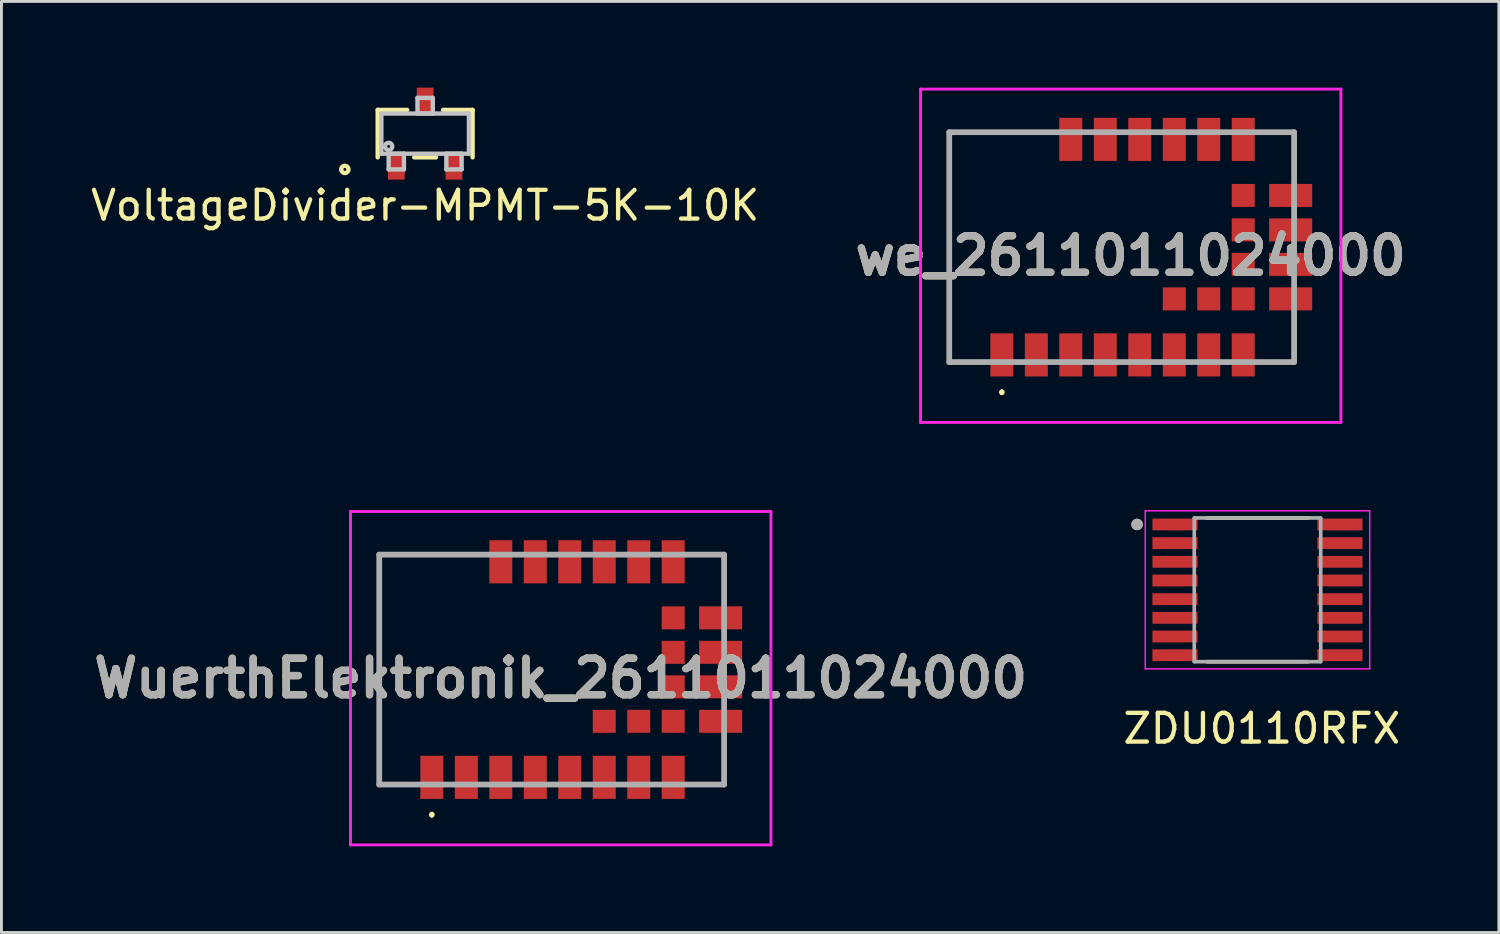
<source format=kicad_pcb>
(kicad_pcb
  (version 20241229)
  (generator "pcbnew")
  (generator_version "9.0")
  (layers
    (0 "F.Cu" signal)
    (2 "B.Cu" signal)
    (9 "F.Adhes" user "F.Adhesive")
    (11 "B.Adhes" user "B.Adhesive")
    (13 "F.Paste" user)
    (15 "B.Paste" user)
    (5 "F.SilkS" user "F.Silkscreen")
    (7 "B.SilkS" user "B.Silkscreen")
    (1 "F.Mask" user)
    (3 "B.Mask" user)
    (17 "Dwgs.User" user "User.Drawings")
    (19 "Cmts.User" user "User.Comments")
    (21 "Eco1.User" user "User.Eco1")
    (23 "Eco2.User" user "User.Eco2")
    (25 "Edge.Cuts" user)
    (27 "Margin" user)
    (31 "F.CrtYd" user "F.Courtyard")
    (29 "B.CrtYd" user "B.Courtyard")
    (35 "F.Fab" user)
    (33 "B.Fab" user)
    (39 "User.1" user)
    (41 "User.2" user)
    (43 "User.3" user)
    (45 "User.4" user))
  (footprint "ZDU0110RFX"
    (layer "F.Cu")
    (at 40.358 17.4)
    (property "Reference" "ZDU0110RFX" (at 0.5 4.9 0) (layer "F.SilkS") (effects (font (size 1 1) (thickness 0.15))))
    (attr through_hole)
    (fp_line (start -1.415 -2.425) (end 2.115 -2.425) (stroke (width 0.127) (type solid)) (layer "F.SilkS"))
    (fp_line (start 2.115 2.575) (end -1.415 2.575) (stroke (width 0.127) (type solid)) (layer "F.SilkS"))
    (fp_circle (center -3.84 -2.2) (end -3.74 -2.2) (stroke (width 0.2) (type solid)) (fill no) (layer "F.SilkS"))
    (fp_line (start -3.555 -2.675) (end -3.555 2.825) (stroke (width 0.05) (type solid)) (layer "F.CrtYd"))
    (fp_line (start -3.555 -2.675) (end 4.255 -2.675) (stroke (width 0.05) (type solid)) (layer "F.CrtYd"))
    (fp_line (start -3.555 2.825) (end 4.255 2.825) (stroke (width 0.05) (type solid)) (layer "F.CrtYd"))
    (fp_line (start 4.255 -2.675) (end 4.255 2.825) (stroke (width 0.05) (type solid)) (layer "F.CrtYd"))
    (fp_line (start -1.85 -2.425) (end -1.85 2.575) (stroke (width 0.127) (type solid)) (layer "F.Fab"))
    (fp_line (start -1.85 -2.425) (end 2.55 -2.425) (stroke (width 0.127) (type solid)) (layer "F.Fab"))
    (fp_line (start -1.85 2.575) (end 2.55 2.575) (stroke (width 0.127) (type solid)) (layer "F.Fab"))
    (fp_line (start 2.55 -2.425) (end 2.55 2.575) (stroke (width 0.127) (type solid)) (layer "F.Fab"))
    (fp_circle (center -3.84 -2.2) (end -3.74 -2.2) (stroke (width 0.2) (type solid)) (fill no) (layer "F.Fab"))
    (pad "1" smd rect (at -2.52 -2.2) (size 1.57 0.41) (layers "F.Cu" "F.Mask" "F.Paste"))
    (pad "2" smd rect (at -2.52 -1.55) (size 1.57 0.41) (layers "F.Cu" "F.Mask" "F.Paste"))
    (pad "3" smd rect (at -2.52 -0.9) (size 1.57 0.41) (layers "F.Cu" "F.Mask" "F.Paste"))
    (pad "4" smd rect (at -2.52 -0.25) (size 1.57 0.41) (layers "F.Cu" "F.Mask" "F.Paste"))
    (pad "5" smd rect (at -2.52 0.4) (size 1.57 0.41) (layers "F.Cu" "F.Mask" "F.Paste"))
    (pad "6" smd rect (at -2.52 1.05) (size 1.57 0.41) (layers "F.Cu" "F.Mask" "F.Paste"))
    (pad "7" smd rect (at -2.52 1.7) (size 1.57 0.41) (layers "F.Cu" "F.Mask" "F.Paste"))
    (pad "8" smd rect (at -2.52 2.35) (size 1.57 0.41) (layers "F.Cu" "F.Mask" "F.Paste"))
    (pad "9" smd rect (at 3.22 2.35) (size 1.57 0.41) (layers "F.Cu" "F.Mask" "F.Paste"))
    (pad "10" smd rect (at 3.22 1.7) (size 1.57 0.41) (layers "F.Cu" "F.Mask" "F.Paste"))
    (pad "11" smd rect (at 3.22 1.05) (size 1.57 0.41) (layers "F.Cu" "F.Mask" "F.Paste"))
    (pad "12" smd rect (at 3.22 0.4) (size 1.57 0.41) (layers "F.Cu" "F.Mask" "F.Paste"))
    (pad "13" smd rect (at 3.22 -0.25) (size 1.57 0.41) (layers "F.Cu" "F.Mask" "F.Paste"))
    (pad "14" smd rect (at 3.22 -0.9) (size 1.57 0.41) (layers "F.Cu" "F.Mask" "F.Paste"))
    (pad "15" smd rect (at 3.22 -1.55) (size 1.57 0.41) (layers "F.Cu" "F.Mask" "F.Paste"))
    (pad "16" smd rect (at 3.22 -2.2) (size 1.57 0.41) (layers "F.Cu" "F.Mask" "F.Paste")))
  (footprint "we_2611011024000"
    (layer "F.Cu")
    (at 35.982 5.55)
    (property "Reference" "we_2611011024000" (at 0.315 0.3 0) (layer "F.SilkS") (effects (font (size 1.27 1.27) (thickness 0.254))))
    (attr smd)
    (fp_line (start -6 -4) (end -6 4) (stroke (width 0.1) (type solid)) (layer "F.SilkS"))
    (fp_line (start -6 4) (end -5 4) (stroke (width 0.1) (type solid)) (layer "F.SilkS"))
    (fp_line (start -4.17 5) (end -4.17 5) (stroke (width 0.1) (type solid)) (layer "F.SilkS"))
    (fp_line (start -4.17 5.1) (end -4.17 5.1) (stroke (width 0.1) (type solid)) (layer "F.SilkS"))
    (fp_line (start -2.5 -4) (end -6 -4) (stroke (width 0.1) (type solid)) (layer "F.SilkS"))
    (fp_line (start 5 -4) (end 6 -4) (stroke (width 0.1) (type solid)) (layer "F.SilkS"))
    (fp_line (start 6 -4) (end 6 -3) (stroke (width 0.1) (type solid)) (layer "F.SilkS"))
    (fp_line (start 6 3) (end 6 4) (stroke (width 0.1) (type solid)) (layer "F.SilkS"))
    (fp_line (start 6 4) (end 5 4) (stroke (width 0.1) (type solid)) (layer "F.SilkS"))
    (fp_arc (start -4.17 5) (mid -4.12 5.05) (end -4.17 5.1) (stroke (width 0.1) (type solid)) (layer "F.SilkS"))
    (fp_arc (start -4.17 5.1) (mid -4.22 5.05) (end -4.17 5) (stroke (width 0.1) (type solid)) (layer "F.SilkS"))
    (fp_line (start -7 -5.5) (end 7.63 -5.5) (stroke (width 0.1) (type solid)) (layer "F.CrtYd"))
    (fp_line (start -7 6.1) (end -7 -5.5) (stroke (width 0.1) (type solid)) (layer "F.CrtYd"))
    (fp_line (start 7.63 -5.5) (end 7.63 6.1) (stroke (width 0.1) (type solid)) (layer "F.CrtYd"))
    (fp_line (start 7.63 6.1) (end -7 6.1) (stroke (width 0.1) (type solid)) (layer "F.CrtYd"))
    (fp_line (start -6 -4) (end 6 -4) (stroke (width 0.2) (type solid)) (layer "F.Fab"))
    (fp_line (start -6 4) (end -6 -4) (stroke (width 0.2) (type solid)) (layer "F.Fab"))
    (fp_line (start 6 -4) (end 6 4) (stroke (width 0.2) (type solid)) (layer "F.Fab"))
    (fp_line (start 6 4) (end -6 4) (stroke (width 0.2) (type solid)) (layer "F.Fab"))
    (fp_text user "${REFERENCE}" (at 0.315 0.3 0) (layer "F.Fab") (effects (font (size 1.27 1.27) (thickness 0.254))))
    (pad "1" smd rect (at -4.17 3.75) (size 0.8 1.5) (layers "F.Cu" "F.Mask" "F.Paste"))
    (pad "2" smd rect (at -2.97 3.75) (size 0.8 1.5) (layers "F.Cu" "F.Mask" "F.Paste"))
    (pad "3" smd rect (at -1.77 3.75) (size 0.8 1.5) (layers "F.Cu" "F.Mask" "F.Paste"))
    (pad "4" smd rect (at -0.57 3.75) (size 0.8 1.5) (layers "F.Cu" "F.Mask" "F.Paste"))
    (pad "5" smd rect (at 0.63 3.75) (size 0.8 1.5) (layers "F.Cu" "F.Mask" "F.Paste"))
    (pad "6" smd rect (at 1.83 3.75) (size 0.8 1.5) (layers "F.Cu" "F.Mask" "F.Paste"))
    (pad "7" smd rect (at 3.03 3.75) (size 0.8 1.5) (layers "F.Cu" "F.Mask" "F.Paste"))
    (pad "8" smd rect (at 4.23 3.75) (size 0.8 1.5) (layers "F.Cu" "F.Mask" "F.Paste"))
    (pad "9" smd rect (at 5.88 1.8 90) (size 0.8 1.5) (layers "F.Cu" "F.Mask" "F.Paste"))
    (pad "10" smd rect (at 5.88 0.6 90) (size 0.8 1.5) (layers "F.Cu" "F.Mask" "F.Paste"))
    (pad "11" smd rect (at 5.88 -0.6 90) (size 0.8 1.5) (layers "F.Cu" "F.Mask" "F.Paste"))
    (pad "12" smd rect (at 5.88 -1.8 90) (size 0.8 1.5) (layers "F.Cu" "F.Mask" "F.Paste"))
    (pad "13" smd rect (at 4.23 -3.75) (size 0.8 1.5) (layers "F.Cu" "F.Mask" "F.Paste"))
    (pad "14" smd rect (at 3.03 -3.75) (size 0.8 1.5) (layers "F.Cu" "F.Mask" "F.Paste"))
    (pad "15" smd rect (at 1.83 -3.75) (size 0.8 1.5) (layers "F.Cu" "F.Mask" "F.Paste"))
    (pad "16" smd rect (at 0.63 -3.75) (size 0.8 1.5) (layers "F.Cu" "F.Mask" "F.Paste"))
    (pad "17" smd rect (at -0.57 -3.75) (size 0.8 1.5) (layers "F.Cu" "F.Mask" "F.Paste"))
    (pad "18" smd rect (at -1.77 -3.75) (size 0.8 1.5) (layers "F.Cu" "F.Mask" "F.Paste"))
    (pad "B1" smd rect (at 1.83 1.8 90) (size 0.8 0.8) (layers "F.Cu" "F.Mask" "F.Paste"))
    (pad "B2" smd rect (at 3.03 1.8 90) (size 0.8 0.8) (layers "F.Cu" "F.Mask" "F.Paste"))
    (pad "B3" smd rect (at 4.23 1.8 90) (size 0.8 0.8) (layers "F.Cu" "F.Mask" "F.Paste"))
    (pad "B4" smd rect (at 4.23 0.6 90) (size 0.8 0.8) (layers "F.Cu" "F.Mask" "F.Paste"))
    (pad "B5" smd rect (at 4.23 -0.6 90) (size 0.8 0.8) (layers "F.Cu" "F.Mask" "F.Paste"))
    (pad "B6" smd rect (at 4.23 -1.8) (size 0.8 0.8) (layers "F.Cu" "F.Mask" "F.Paste")))
  (footprint "VoltageDivider-MPMT-5K-10K"
    (layer "F.Cu")
    (at 11.744 1.6)
    (property "Reference" "VoltageDivider-MPMT-5K-10K" (at 0 2.5 0) (layer "F.SilkS") (effects (font (size 1 1) (thickness 0.15))))
    (attr through_hole)
    (fp_line (start -1.651 -0.826) (end -1.651 0.826) (stroke (width 0.152) (type solid)) (layer "F.SilkS"))
    (fp_line (start -0.625 -0.826) (end -1.651 -0.826) (stroke (width 0.152) (type solid)) (layer "F.SilkS"))
    (fp_line (start -0.378 0.826) (end 0.378 0.826) (stroke (width 0.152) (type solid)) (layer "F.SilkS"))
    (fp_line (start 1.651 -0.826) (end 0.625 -0.826) (stroke (width 0.152) (type solid)) (layer "F.SilkS"))
    (fp_line (start 1.651 0.826) (end 1.651 -0.826) (stroke (width 0.152) (type solid)) (layer "F.SilkS"))
    (fp_circle (center -2.794 1.245) (end -2.667 1.245) (stroke (width 0.152) (type solid)) (fill no) (layer "F.SilkS"))
    (fp_line (start -1.524 -0.699) (end -1.524 0.699) (stroke (width 0.152) (type solid)) (layer "Dwgs.User"))
    (fp_line (start -1.524 0.699) (end 1.524 0.699) (stroke (width 0.152) (type solid)) (layer "Dwgs.User"))
    (fp_line (start -1.27 0.699) (end -1.27 1.245) (stroke (width 0.152) (type solid)) (layer "Dwgs.User"))
    (fp_line (start -1.27 1.245) (end -0.737 1.245) (stroke (width 0.152) (type solid)) (layer "Dwgs.User"))
    (fp_line (start -0.737 0.699) (end -1.27 0.699) (stroke (width 0.152) (type solid)) (layer "Dwgs.User"))
    (fp_line (start -0.737 1.245) (end -0.737 0.699) (stroke (width 0.152) (type solid)) (layer "Dwgs.User"))
    (fp_line (start -0.267 -1.245) (end -0.267 -0.699) (stroke (width 0.152) (type solid)) (layer "Dwgs.User"))
    (fp_line (start -0.267 -0.699) (end 0.267 -0.699) (stroke (width 0.152) (type solid)) (layer "Dwgs.User"))
    (fp_line (start 0.267 -1.245) (end -0.267 -1.245) (stroke (width 0.152) (type solid)) (layer "Dwgs.User"))
    (fp_line (start 0.267 -0.699) (end 0.267 -1.245) (stroke (width 0.152) (type solid)) (layer "Dwgs.User"))
    (fp_line (start 0.737 0.699) (end 0.737 1.245) (stroke (width 0.152) (type solid)) (layer "Dwgs.User"))
    (fp_line (start 0.737 1.245) (end 1.27 1.245) (stroke (width 0.152) (type solid)) (layer "Dwgs.User"))
    (fp_line (start 1.27 0.699) (end 0.737 0.699) (stroke (width 0.152) (type solid)) (layer "Dwgs.User"))
    (fp_line (start 1.27 1.245) (end 1.27 0.699) (stroke (width 0.152) (type solid)) (layer "Dwgs.User"))
    (fp_line (start 1.524 -0.699) (end -1.524 -0.699) (stroke (width 0.152) (type solid)) (layer "Dwgs.User"))
    (fp_line (start 1.524 0.699) (end 1.524 -0.699) (stroke (width 0.152) (type solid)) (layer "Dwgs.User"))
    (fp_circle (center -1.27 0.445) (end -1.143 0.445) (stroke (width 0.152) (type solid)) (fill no) (layer "Dwgs.User"))
    (pad "1" smd rect (at -1.003 1.118) (size 0.584 0.965) (layers "F.Cu"))
    (pad "2" smd rect (at 1.003 1.118) (size 0.584 0.965) (layers "F.Cu"))
    (pad "3" smd rect (at 0 -1.118) (size 0.584 0.965) (layers "F.Cu")))
  (footprint "WuerthElektronik_2611011024000"
    (layer "F.Cu")
    (at 16.147 20.25)
    (property "Reference" "WuerthElektronik_2611011024000" (at 0.315 0.3 0) (layer "F.SilkS") (effects (font (size 1.27 1.27) (thickness 0.254))))
    (attr smd)
    (fp_line (start -6 -4) (end -6 4) (stroke (width 0.1) (type solid)) (layer "F.SilkS"))
    (fp_line (start -6 4) (end -5 4) (stroke (width 0.1) (type solid)) (layer "F.SilkS"))
    (fp_line (start -4.17 5) (end -4.17 5) (stroke (width 0.1) (type solid)) (layer "F.SilkS"))
    (fp_line (start -4.17 5.1) (end -4.17 5.1) (stroke (width 0.1) (type solid)) (layer "F.SilkS"))
    (fp_line (start -2.5 -4) (end -6 -4) (stroke (width 0.1) (type solid)) (layer "F.SilkS"))
    (fp_line (start 5 -4) (end 6 -4) (stroke (width 0.1) (type solid)) (layer "F.SilkS"))
    (fp_line (start 6 -4) (end 6 -3) (stroke (width 0.1) (type solid)) (layer "F.SilkS"))
    (fp_line (start 6 3) (end 6 4) (stroke (width 0.1) (type solid)) (layer "F.SilkS"))
    (fp_line (start 6 4) (end 5 4) (stroke (width 0.1) (type solid)) (layer "F.SilkS"))
    (fp_arc (start -4.17 5) (mid -4.12 5.05) (end -4.17 5.1) (stroke (width 0.1) (type solid)) (layer "F.SilkS"))
    (fp_arc (start -4.17 5.1) (mid -4.22 5.05) (end -4.17 5) (stroke (width 0.1) (type solid)) (layer "F.SilkS"))
    (fp_line (start -7 -5.5) (end 7.63 -5.5) (stroke (width 0.1) (type solid)) (layer "F.CrtYd"))
    (fp_line (start -7 6.1) (end -7 -5.5) (stroke (width 0.1) (type solid)) (layer "F.CrtYd"))
    (fp_line (start 7.63 -5.5) (end 7.63 6.1) (stroke (width 0.1) (type solid)) (layer "F.CrtYd"))
    (fp_line (start 7.63 6.1) (end -7 6.1) (stroke (width 0.1) (type solid)) (layer "F.CrtYd"))
    (fp_line (start -6 -4) (end 6 -4) (stroke (width 0.2) (type solid)) (layer "F.Fab"))
    (fp_line (start -6 4) (end -6 -4) (stroke (width 0.2) (type solid)) (layer "F.Fab"))
    (fp_line (start 6 -4) (end 6 4) (stroke (width 0.2) (type solid)) (layer "F.Fab"))
    (fp_line (start 6 4) (end -6 4) (stroke (width 0.2) (type solid)) (layer "F.Fab"))
    (fp_text user "${REFERENCE}" (at 0.315 0.3 0) (layer "F.Fab") (effects (font (size 1.27 1.27) (thickness 0.254))))
    (pad "1" smd rect (at -4.17 3.75) (size 0.8 1.5) (layers "F.Cu" "F.Mask" "F.Paste"))
    (pad "2" smd rect (at -2.97 3.75) (size 0.8 1.5) (layers "F.Cu" "F.Mask" "F.Paste"))
    (pad "3" smd rect (at -1.77 3.75) (size 0.8 1.5) (layers "F.Cu" "F.Mask" "F.Paste"))
    (pad "4" smd rect (at -0.57 3.75) (size 0.8 1.5) (layers "F.Cu" "F.Mask" "F.Paste"))
    (pad "5" smd rect (at 0.63 3.75) (size 0.8 1.5) (layers "F.Cu" "F.Mask" "F.Paste"))
    (pad "6" smd rect (at 1.83 3.75) (size 0.8 1.5) (layers "F.Cu" "F.Mask" "F.Paste"))
    (pad "7" smd rect (at 3.03 3.75) (size 0.8 1.5) (layers "F.Cu" "F.Mask" "F.Paste"))
    (pad "8" smd rect (at 4.23 3.75) (size 0.8 1.5) (layers "F.Cu" "F.Mask" "F.Paste"))
    (pad "9" smd rect (at 5.88 1.8 90) (size 0.8 1.5) (layers "F.Cu" "F.Mask" "F.Paste"))
    (pad "10" smd rect (at 5.88 0.6 90) (size 0.8 1.5) (layers "F.Cu" "F.Mask" "F.Paste"))
    (pad "11" smd rect (at 5.88 -0.6 90) (size 0.8 1.5) (layers "F.Cu" "F.Mask" "F.Paste"))
    (pad "12" smd rect (at 5.88 -1.8 90) (size 0.8 1.5) (layers "F.Cu" "F.Mask" "F.Paste"))
    (pad "13" smd rect (at 4.23 -3.75) (size 0.8 1.5) (layers "F.Cu" "F.Mask" "F.Paste"))
    (pad "14" smd rect (at 3.03 -3.75) (size 0.8 1.5) (layers "F.Cu" "F.Mask" "F.Paste"))
    (pad "15" smd rect (at 1.83 -3.75) (size 0.8 1.5) (layers "F.Cu" "F.Mask" "F.Paste"))
    (pad "16" smd rect (at 0.63 -3.75) (size 0.8 1.5) (layers "F.Cu" "F.Mask" "F.Paste"))
    (pad "17" smd rect (at -0.57 -3.75) (size 0.8 1.5) (layers "F.Cu" "F.Mask" "F.Paste"))
    (pad "18" smd rect (at -1.77 -3.75) (size 0.8 1.5) (layers "F.Cu" "F.Mask" "F.Paste"))
    (pad "B1" smd rect (at 1.83 1.8 90) (size 0.8 0.8) (layers "F.Cu" "F.Mask" "F.Paste"))
    (pad "B2" smd rect (at 3.03 1.8 90) (size 0.8 0.8) (layers "F.Cu" "F.Mask" "F.Paste"))
    (pad "B3" smd rect (at 4.23 1.8 90) (size 0.8 0.8) (layers "F.Cu" "F.Mask" "F.Paste"))
    (pad "B4" smd rect (at 4.23 0.6 90) (size 0.8 0.8) (layers "F.Cu" "F.Mask" "F.Paste"))
    (pad "B5" smd rect (at 4.23 -0.6 90) (size 0.8 0.8) (layers "F.Cu" "F.Mask" "F.Paste"))
    (pad "B6" smd rect (at 4.23 -1.8) (size 0.8 0.8) (layers "F.Cu" "F.Mask" "F.Paste")))
  (gr_rect
    (start -3 -3)
    (end 49.107 29.4)
    (stroke (width 0.1) (type default))
    (fill no)
    (layer "Edge.Cuts")))
</source>
